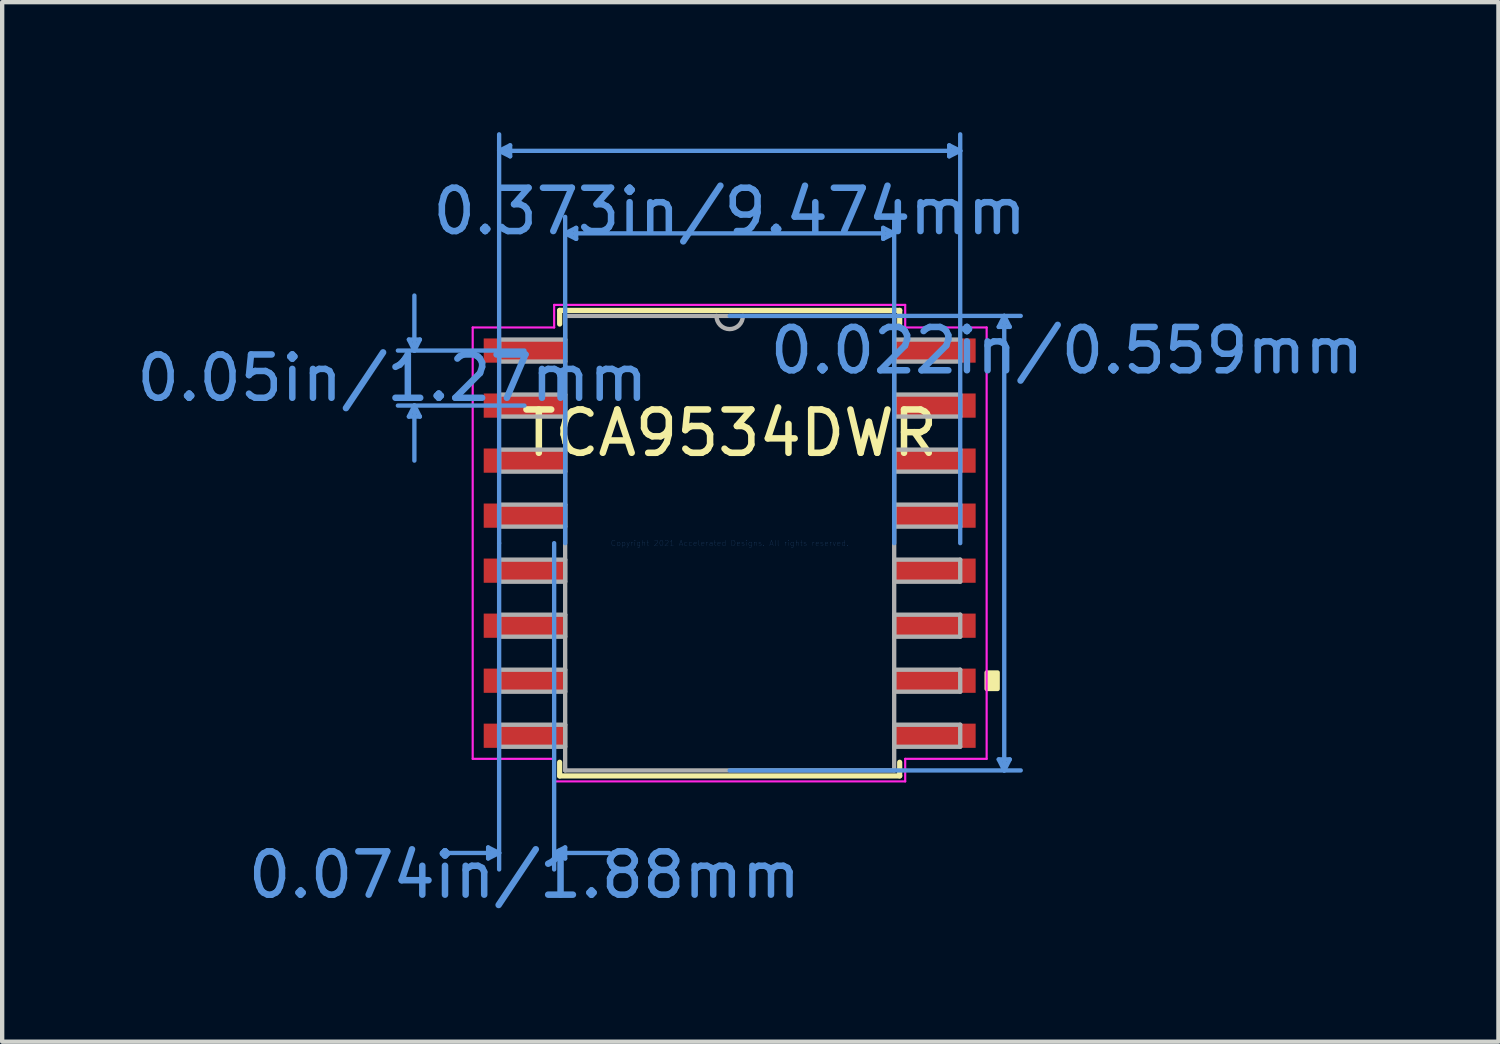
<source format=kicad_pcb>
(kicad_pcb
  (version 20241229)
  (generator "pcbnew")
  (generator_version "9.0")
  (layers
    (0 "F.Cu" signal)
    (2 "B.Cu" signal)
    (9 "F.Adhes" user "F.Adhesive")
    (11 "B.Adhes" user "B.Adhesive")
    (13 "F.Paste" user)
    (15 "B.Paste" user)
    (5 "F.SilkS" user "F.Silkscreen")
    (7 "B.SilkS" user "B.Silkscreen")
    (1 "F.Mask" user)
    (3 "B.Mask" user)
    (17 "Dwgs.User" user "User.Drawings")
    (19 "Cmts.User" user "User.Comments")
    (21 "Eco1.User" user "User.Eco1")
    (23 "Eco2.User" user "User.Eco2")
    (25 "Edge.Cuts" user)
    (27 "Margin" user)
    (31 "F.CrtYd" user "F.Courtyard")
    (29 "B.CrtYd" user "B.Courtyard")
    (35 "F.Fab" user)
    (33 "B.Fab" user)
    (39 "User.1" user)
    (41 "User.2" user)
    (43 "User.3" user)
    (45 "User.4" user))
  (footprint "TCA9534DWR"
    (layer "F.Cu")
    (at 13.791 9.486)
    (property "Reference" "TCA9534DWR" (at 0 -2.54 0) (layer "F.SilkS") (effects (font (size 1 1) (thickness 0.15))))
    (attr smd)
    (fp_line (start -3.924 -5.372) (end -3.924 -5.057) (stroke (width 0.12) (type solid)) (layer "F.SilkS"))
    (fp_line (start -3.924 5.057) (end -3.924 5.372) (stroke (width 0.12) (type solid)) (layer "F.SilkS"))
    (fp_line (start -3.924 5.372) (end 3.924 5.372) (stroke (width 0.12) (type solid)) (layer "F.SilkS"))
    (fp_line (start 3.924 -5.372) (end -3.924 -5.372) (stroke (width 0.12) (type solid)) (layer "F.SilkS"))
    (fp_line (start 3.924 -5.057) (end 3.924 -5.372) (stroke (width 0.12) (type solid)) (layer "F.SilkS"))
    (fp_line (start 3.924 5.372) (end 3.924 5.057) (stroke (width 0.12) (type solid)) (layer "F.SilkS"))
    (fp_poly (pts (xy 6.185 2.985) (xy 6.185 3.365) (xy 5.931 3.365) (xy 5.931 2.985)) (stroke (width 0.1) (type solid)) (fill yes) (layer "F.SilkS"))
    (fp_line (start -7.404 -4.699) (end -7.15 -4.699) (stroke (width 0.1) (type solid)) (layer "Cmts.User"))
    (fp_line (start -7.404 -2.921) (end -7.15 -2.921) (stroke (width 0.1) (type solid)) (layer "Cmts.User"))
    (fp_line (start -7.277 -4.445) (end -7.404 -4.699) (stroke (width 0.1) (type solid)) (layer "Cmts.User"))
    (fp_line (start -7.277 -4.445) (end -7.277 -5.715) (stroke (width 0.1) (type solid)) (layer "Cmts.User"))
    (fp_line (start -7.277 -4.445) (end -7.15 -4.699) (stroke (width 0.1) (type solid)) (layer "Cmts.User"))
    (fp_line (start -7.277 -3.175) (end -7.404 -2.921) (stroke (width 0.1) (type solid)) (layer "Cmts.User"))
    (fp_line (start -7.277 -3.175) (end -7.277 -1.905) (stroke (width 0.1) (type solid)) (layer "Cmts.User"))
    (fp_line (start -7.277 -3.175) (end -7.15 -2.921) (stroke (width 0.1) (type solid)) (layer "Cmts.User"))
    (fp_line (start -5.575 7.023) (end -5.575 7.277) (stroke (width 0.1) (type solid)) (layer "Cmts.User"))
    (fp_line (start -5.321 -9.055) (end -5.067 -9.182) (stroke (width 0.1) (type solid)) (layer "Cmts.User"))
    (fp_line (start -5.321 -9.055) (end -5.067 -8.928) (stroke (width 0.1) (type solid)) (layer "Cmts.User"))
    (fp_line (start -5.321 -9.055) (end 5.321 -9.055) (stroke (width 0.1) (type solid)) (layer "Cmts.User"))
    (fp_line (start -5.321 0) (end -5.321 -9.436) (stroke (width 0.1) (type solid)) (layer "Cmts.User"))
    (fp_line (start -5.321 0) (end -5.321 7.531) (stroke (width 0.1) (type solid)) (layer "Cmts.User"))
    (fp_line (start -5.321 7.15) (end -6.591 7.15) (stroke (width 0.1) (type solid)) (layer "Cmts.User"))
    (fp_line (start -5.321 7.15) (end -5.575 7.023) (stroke (width 0.1) (type solid)) (layer "Cmts.User"))
    (fp_line (start -5.321 7.15) (end -5.575 7.277) (stroke (width 0.1) (type solid)) (layer "Cmts.User"))
    (fp_line (start -5.067 -9.182) (end -5.067 -8.928) (stroke (width 0.1) (type solid)) (layer "Cmts.User"))
    (fp_line (start -4.737 -4.445) (end -7.658 -4.445) (stroke (width 0.1) (type solid)) (layer "Cmts.User"))
    (fp_line (start -4.737 -3.175) (end -7.658 -3.175) (stroke (width 0.1) (type solid)) (layer "Cmts.User"))
    (fp_line (start -4.051 0) (end -4.051 7.531) (stroke (width 0.1) (type solid)) (layer "Cmts.User"))
    (fp_line (start -4.051 7.15) (end -3.797 7.023) (stroke (width 0.1) (type solid)) (layer "Cmts.User"))
    (fp_line (start -4.051 7.15) (end -3.797 7.277) (stroke (width 0.1) (type solid)) (layer "Cmts.User"))
    (fp_line (start -4.051 7.15) (end -2.781 7.15) (stroke (width 0.1) (type solid)) (layer "Cmts.User"))
    (fp_line (start -3.797 -7.15) (end -3.543 -7.277) (stroke (width 0.1) (type solid)) (layer "Cmts.User"))
    (fp_line (start -3.797 -7.15) (end -3.543 -7.023) (stroke (width 0.1) (type solid)) (layer "Cmts.User"))
    (fp_line (start -3.797 -7.15) (end 3.797 -7.15) (stroke (width 0.1) (type solid)) (layer "Cmts.User"))
    (fp_line (start -3.797 0) (end -3.797 -7.531) (stroke (width 0.1) (type solid)) (layer "Cmts.User"))
    (fp_line (start -3.797 7.023) (end -3.797 7.277) (stroke (width 0.1) (type solid)) (layer "Cmts.User"))
    (fp_line (start -3.543 -7.277) (end -3.543 -7.023) (stroke (width 0.1) (type solid)) (layer "Cmts.User"))
    (fp_line (start 0 -5.245) (end 6.718 -5.245) (stroke (width 0.1) (type solid)) (layer "Cmts.User"))
    (fp_line (start 0 5.245) (end 6.718 5.245) (stroke (width 0.1) (type solid)) (layer "Cmts.User"))
    (fp_line (start 3.543 -7.277) (end 3.543 -7.023) (stroke (width 0.1) (type solid)) (layer "Cmts.User"))
    (fp_line (start 3.797 -7.15) (end 3.543 -7.277) (stroke (width 0.1) (type solid)) (layer "Cmts.User"))
    (fp_line (start 3.797 -7.15) (end 3.543 -7.023) (stroke (width 0.1) (type solid)) (layer "Cmts.User"))
    (fp_line (start 3.797 0) (end 3.797 -7.531) (stroke (width 0.1) (type solid)) (layer "Cmts.User"))
    (fp_line (start 5.067 -9.182) (end 5.067 -8.928) (stroke (width 0.1) (type solid)) (layer "Cmts.User"))
    (fp_line (start 5.321 -9.055) (end 5.067 -9.182) (stroke (width 0.1) (type solid)) (layer "Cmts.User"))
    (fp_line (start 5.321 -9.055) (end 5.067 -8.928) (stroke (width 0.1) (type solid)) (layer "Cmts.User"))
    (fp_line (start 5.321 0) (end 5.321 -9.436) (stroke (width 0.1) (type solid)) (layer "Cmts.User"))
    (fp_line (start 6.21 -4.991) (end 6.464 -4.991) (stroke (width 0.1) (type solid)) (layer "Cmts.User"))
    (fp_line (start 6.21 4.991) (end 6.464 4.991) (stroke (width 0.1) (type solid)) (layer "Cmts.User"))
    (fp_line (start 6.337 -5.245) (end 6.21 -4.991) (stroke (width 0.1) (type solid)) (layer "Cmts.User"))
    (fp_line (start 6.337 -5.245) (end 6.337 5.245) (stroke (width 0.1) (type solid)) (layer "Cmts.User"))
    (fp_line (start 6.337 -5.245) (end 6.464 -4.991) (stroke (width 0.1) (type solid)) (layer "Cmts.User"))
    (fp_line (start 6.337 5.245) (end 6.21 4.991) (stroke (width 0.1) (type solid)) (layer "Cmts.User"))
    (fp_line (start 6.337 5.245) (end 6.464 4.991) (stroke (width 0.1) (type solid)) (layer "Cmts.User"))
    (fp_line (start -5.931 -4.978) (end -4.051 -4.978) (stroke (width 0.05) (type solid)) (layer "F.CrtYd"))
    (fp_line (start -5.931 4.978) (end -5.931 -4.978) (stroke (width 0.05) (type solid)) (layer "F.CrtYd"))
    (fp_line (start -4.051 -5.499) (end 4.051 -5.499) (stroke (width 0.05) (type solid)) (layer "F.CrtYd"))
    (fp_line (start -4.051 -4.978) (end -4.051 -5.499) (stroke (width 0.05) (type solid)) (layer "F.CrtYd"))
    (fp_line (start -4.051 4.978) (end -5.931 4.978) (stroke (width 0.05) (type solid)) (layer "F.CrtYd"))
    (fp_line (start -4.051 5.499) (end -4.051 4.978) (stroke (width 0.05) (type solid)) (layer "F.CrtYd"))
    (fp_line (start 4.051 -5.499) (end 4.051 -4.978) (stroke (width 0.05) (type solid)) (layer "F.CrtYd"))
    (fp_line (start 4.051 -4.978) (end 5.931 -4.978) (stroke (width 0.05) (type solid)) (layer "F.CrtYd"))
    (fp_line (start 4.051 4.978) (end 4.051 5.499) (stroke (width 0.05) (type solid)) (layer "F.CrtYd"))
    (fp_line (start 4.051 5.499) (end -4.051 5.499) (stroke (width 0.05) (type solid)) (layer "F.CrtYd"))
    (fp_line (start 5.931 -4.978) (end 5.931 4.978) (stroke (width 0.05) (type solid)) (layer "F.CrtYd"))
    (fp_line (start 5.931 4.978) (end 4.051 4.978) (stroke (width 0.05) (type solid)) (layer "F.CrtYd"))
    (fp_line (start -5.321 -4.699) (end -5.321 -4.191) (stroke (width 0.1) (type solid)) (layer "F.Fab"))
    (fp_line (start -5.321 -4.191) (end -3.797 -4.191) (stroke (width 0.1) (type solid)) (layer "F.Fab"))
    (fp_line (start -5.321 -3.429) (end -5.321 -2.921) (stroke (width 0.1) (type solid)) (layer "F.Fab"))
    (fp_line (start -5.321 -2.921) (end -3.797 -2.921) (stroke (width 0.1) (type solid)) (layer "F.Fab"))
    (fp_line (start -5.321 -2.159) (end -5.321 -1.651) (stroke (width 0.1) (type solid)) (layer "F.Fab"))
    (fp_line (start -5.321 -1.651) (end -3.797 -1.651) (stroke (width 0.1) (type solid)) (layer "F.Fab"))
    (fp_line (start -5.321 -0.889) (end -5.321 -0.381) (stroke (width 0.1) (type solid)) (layer "F.Fab"))
    (fp_line (start -5.321 -0.381) (end -3.797 -0.381) (stroke (width 0.1) (type solid)) (layer "F.Fab"))
    (fp_line (start -5.321 0.381) (end -5.321 0.889) (stroke (width 0.1) (type solid)) (layer "F.Fab"))
    (fp_line (start -5.321 0.889) (end -3.797 0.889) (stroke (width 0.1) (type solid)) (layer "F.Fab"))
    (fp_line (start -5.321 1.651) (end -5.321 2.159) (stroke (width 0.1) (type solid)) (layer "F.Fab"))
    (fp_line (start -5.321 2.159) (end -3.797 2.159) (stroke (width 0.1) (type solid)) (layer "F.Fab"))
    (fp_line (start -5.321 2.921) (end -5.321 3.429) (stroke (width 0.1) (type solid)) (layer "F.Fab"))
    (fp_line (start -5.321 3.429) (end -3.797 3.429) (stroke (width 0.1) (type solid)) (layer "F.Fab"))
    (fp_line (start -5.321 4.191) (end -5.321 4.699) (stroke (width 0.1) (type solid)) (layer "F.Fab"))
    (fp_line (start -5.321 4.699) (end -3.797 4.699) (stroke (width 0.1) (type solid)) (layer "F.Fab"))
    (fp_line (start -3.797 -5.245) (end -3.797 5.245) (stroke (width 0.1) (type solid)) (layer "F.Fab"))
    (fp_line (start -3.797 -4.699) (end -5.321 -4.699) (stroke (width 0.1) (type solid)) (layer "F.Fab"))
    (fp_line (start -3.797 -4.191) (end -3.797 -4.699) (stroke (width 0.1) (type solid)) (layer "F.Fab"))
    (fp_line (start -3.797 -3.429) (end -5.321 -3.429) (stroke (width 0.1) (type solid)) (layer "F.Fab"))
    (fp_line (start -3.797 -2.921) (end -3.797 -3.429) (stroke (width 0.1) (type solid)) (layer "F.Fab"))
    (fp_line (start -3.797 -2.159) (end -5.321 -2.159) (stroke (width 0.1) (type solid)) (layer "F.Fab"))
    (fp_line (start -3.797 -1.651) (end -3.797 -2.159) (stroke (width 0.1) (type solid)) (layer "F.Fab"))
    (fp_line (start -3.797 -0.889) (end -5.321 -0.889) (stroke (width 0.1) (type solid)) (layer "F.Fab"))
    (fp_line (start -3.797 -0.381) (end -3.797 -0.889) (stroke (width 0.1) (type solid)) (layer "F.Fab"))
    (fp_line (start -3.797 0.381) (end -5.321 0.381) (stroke (width 0.1) (type solid)) (layer "F.Fab"))
    (fp_line (start -3.797 0.889) (end -3.797 0.381) (stroke (width 0.1) (type solid)) (layer "F.Fab"))
    (fp_line (start -3.797 1.651) (end -5.321 1.651) (stroke (width 0.1) (type solid)) (layer "F.Fab"))
    (fp_line (start -3.797 2.159) (end -3.797 1.651) (stroke (width 0.1) (type solid)) (layer "F.Fab"))
    (fp_line (start -3.797 2.921) (end -5.321 2.921) (stroke (width 0.1) (type solid)) (layer "F.Fab"))
    (fp_line (start -3.797 3.429) (end -3.797 2.921) (stroke (width 0.1) (type solid)) (layer "F.Fab"))
    (fp_line (start -3.797 4.191) (end -5.321 4.191) (stroke (width 0.1) (type solid)) (layer "F.Fab"))
    (fp_line (start -3.797 4.699) (end -3.797 4.191) (stroke (width 0.1) (type solid)) (layer "F.Fab"))
    (fp_line (start -3.797 5.245) (end 3.797 5.245) (stroke (width 0.1) (type solid)) (layer "F.Fab"))
    (fp_line (start 3.797 -5.245) (end -3.797 -5.245) (stroke (width 0.1) (type solid)) (layer "F.Fab"))
    (fp_line (start 3.797 -4.699) (end 3.797 -4.191) (stroke (width 0.1) (type solid)) (layer "F.Fab"))
    (fp_line (start 3.797 -4.191) (end 5.321 -4.191) (stroke (width 0.1) (type solid)) (layer "F.Fab"))
    (fp_line (start 3.797 -3.429) (end 3.797 -2.921) (stroke (width 0.1) (type solid)) (layer "F.Fab"))
    (fp_line (start 3.797 -2.921) (end 5.321 -2.921) (stroke (width 0.1) (type solid)) (layer "F.Fab"))
    (fp_line (start 3.797 -2.159) (end 3.797 -1.651) (stroke (width 0.1) (type solid)) (layer "F.Fab"))
    (fp_line (start 3.797 -1.651) (end 5.321 -1.651) (stroke (width 0.1) (type solid)) (layer "F.Fab"))
    (fp_line (start 3.797 -0.889) (end 3.797 -0.381) (stroke (width 0.1) (type solid)) (layer "F.Fab"))
    (fp_line (start 3.797 -0.381) (end 5.321 -0.381) (stroke (width 0.1) (type solid)) (layer "F.Fab"))
    (fp_line (start 3.797 0.381) (end 3.797 0.889) (stroke (width 0.1) (type solid)) (layer "F.Fab"))
    (fp_line (start 3.797 0.889) (end 5.321 0.889) (stroke (width 0.1) (type solid)) (layer "F.Fab"))
    (fp_line (start 3.797 1.651) (end 3.797 2.159) (stroke (width 0.1) (type solid)) (layer "F.Fab"))
    (fp_line (start 3.797 2.159) (end 5.321 2.159) (stroke (width 0.1) (type solid)) (layer "F.Fab"))
    (fp_line (start 3.797 2.921) (end 3.797 3.429) (stroke (width 0.1) (type solid)) (layer "F.Fab"))
    (fp_line (start 3.797 3.429) (end 5.321 3.429) (stroke (width 0.1) (type solid)) (layer "F.Fab"))
    (fp_line (start 3.797 4.191) (end 3.797 4.699) (stroke (width 0.1) (type solid)) (layer "F.Fab"))
    (fp_line (start 3.797 4.699) (end 5.321 4.699) (stroke (width 0.1) (type solid)) (layer "F.Fab"))
    (fp_line (start 3.797 5.245) (end 3.797 -5.245) (stroke (width 0.1) (type solid)) (layer "F.Fab"))
    (fp_line (start 5.321 -4.699) (end 3.797 -4.699) (stroke (width 0.1) (type solid)) (layer "F.Fab"))
    (fp_line (start 5.321 -4.191) (end 5.321 -4.699) (stroke (width 0.1) (type solid)) (layer "F.Fab"))
    (fp_line (start 5.321 -3.429) (end 3.797 -3.429) (stroke (width 0.1) (type solid)) (layer "F.Fab"))
    (fp_line (start 5.321 -2.921) (end 5.321 -3.429) (stroke (width 0.1) (type solid)) (layer "F.Fab"))
    (fp_line (start 5.321 -2.159) (end 3.797 -2.159) (stroke (width 0.1) (type solid)) (layer "F.Fab"))
    (fp_line (start 5.321 -1.651) (end 5.321 -2.159) (stroke (width 0.1) (type solid)) (layer "F.Fab"))
    (fp_line (start 5.321 -0.889) (end 3.797 -0.889) (stroke (width 0.1) (type solid)) (layer "F.Fab"))
    (fp_line (start 5.321 -0.381) (end 5.321 -0.889) (stroke (width 0.1) (type solid)) (layer "F.Fab"))
    (fp_line (start 5.321 0.381) (end 3.797 0.381) (stroke (width 0.1) (type solid)) (layer "F.Fab"))
    (fp_line (start 5.321 0.889) (end 5.321 0.381) (stroke (width 0.1) (type solid)) (layer "F.Fab"))
    (fp_line (start 5.321 1.651) (end 3.797 1.651) (stroke (width 0.1) (type solid)) (layer "F.Fab"))
    (fp_line (start 5.321 2.159) (end 5.321 1.651) (stroke (width 0.1) (type solid)) (layer "F.Fab"))
    (fp_line (start 5.321 2.921) (end 3.797 2.921) (stroke (width 0.1) (type solid)) (layer "F.Fab"))
    (fp_line (start 5.321 3.429) (end 5.321 2.921) (stroke (width 0.1) (type solid)) (layer "F.Fab"))
    (fp_line (start 5.321 4.191) (end 3.797 4.191) (stroke (width 0.1) (type solid)) (layer "F.Fab"))
    (fp_line (start 5.321 4.699) (end 5.321 4.191) (stroke (width 0.1) (type solid)) (layer "F.Fab"))
    (fp_arc (start 0.3048 -5.2451) (mid 0 -4.9403) (end -0.3048 -5.2451) (stroke (width 0.1) (type solid)) (layer "F.Fab"))
    (fp_text user "0.373in/9.474mm" (at 0 -7.658 0) (layer "Cmts.User") (effects (font (size 1 1) (thickness 0.15))))
    (fp_text user "0.022in/0.559mm" (at 7.785 -4.445 0) (layer "Cmts.User") (effects (font (size 1 1) (thickness 0.15))))
    (fp_text user "Copyright 2021 Accelerated Designs. All rights reserved." (at 0 0 0) (layer "Cmts.User") (effects (font (size 0.127 0.127) (thickness 0.002))))
    (fp_text user "0.074in/1.88mm" (at -4.737 7.658 0) (layer "Cmts.User") (effects (font (size 1 1) (thickness 0.15))))
    (fp_text user "0.05in/1.27mm" (at -7.785 -3.81 0) (layer "Cmts.User") (effects (font (size 1 1) (thickness 0.15))))
    (pad "1" smd rect (at -4.737 -4.445) (size 1.88 0.559) (layers "F.Cu" "F.Mask" "F.Paste"))
    (pad "2" smd rect (at -4.737 -3.175) (size 1.88 0.559) (layers "F.Cu" "F.Mask" "F.Paste"))
    (pad "3" smd rect (at -4.737 -1.905) (size 1.88 0.559) (layers "F.Cu" "F.Mask" "F.Paste"))
    (pad "4" smd rect (at -4.737 -0.635) (size 1.88 0.559) (layers "F.Cu" "F.Mask" "F.Paste"))
    (pad "5" smd rect (at -4.737 0.635) (size 1.88 0.559) (layers "F.Cu" "F.Mask" "F.Paste"))
    (pad "6" smd rect (at -4.737 1.905) (size 1.88 0.559) (layers "F.Cu" "F.Mask" "F.Paste"))
    (pad "7" smd rect (at -4.737 3.175) (size 1.88 0.559) (layers "F.Cu" "F.Mask" "F.Paste"))
    (pad "8" smd rect (at -4.737 4.445) (size 1.88 0.559) (layers "F.Cu" "F.Mask" "F.Paste"))
    (pad "9" smd rect (at 4.737 4.445) (size 1.88 0.559) (layers "F.Cu" "F.Mask" "F.Paste"))
    (pad "10" smd rect (at 4.737 3.175) (size 1.88 0.559) (layers "F.Cu" "F.Mask" "F.Paste"))
    (pad "11" smd rect (at 4.737 1.905) (size 1.88 0.559) (layers "F.Cu" "F.Mask" "F.Paste"))
    (pad "12" smd rect (at 4.737 0.635) (size 1.88 0.559) (layers "F.Cu" "F.Mask" "F.Paste"))
    (pad "13" smd rect (at 4.737 -0.635) (size 1.88 0.559) (layers "F.Cu" "F.Mask" "F.Paste"))
    (pad "14" smd rect (at 4.737 -1.905) (size 1.88 0.559) (layers "F.Cu" "F.Mask" "F.Paste"))
    (pad "15" smd rect (at 4.737 -3.175) (size 1.88 0.559) (layers "F.Cu" "F.Mask" "F.Paste"))
    (pad "16" smd rect (at 4.737 -4.445) (size 1.88 0.559) (layers "F.Cu" "F.Mask" "F.Paste")))
  (gr_rect
    (start -3 -3)
    (end 31.534 20.992)
    (stroke (width 0.1) (type default))
    (fill no)
    (layer "Edge.Cuts")))
</source>
